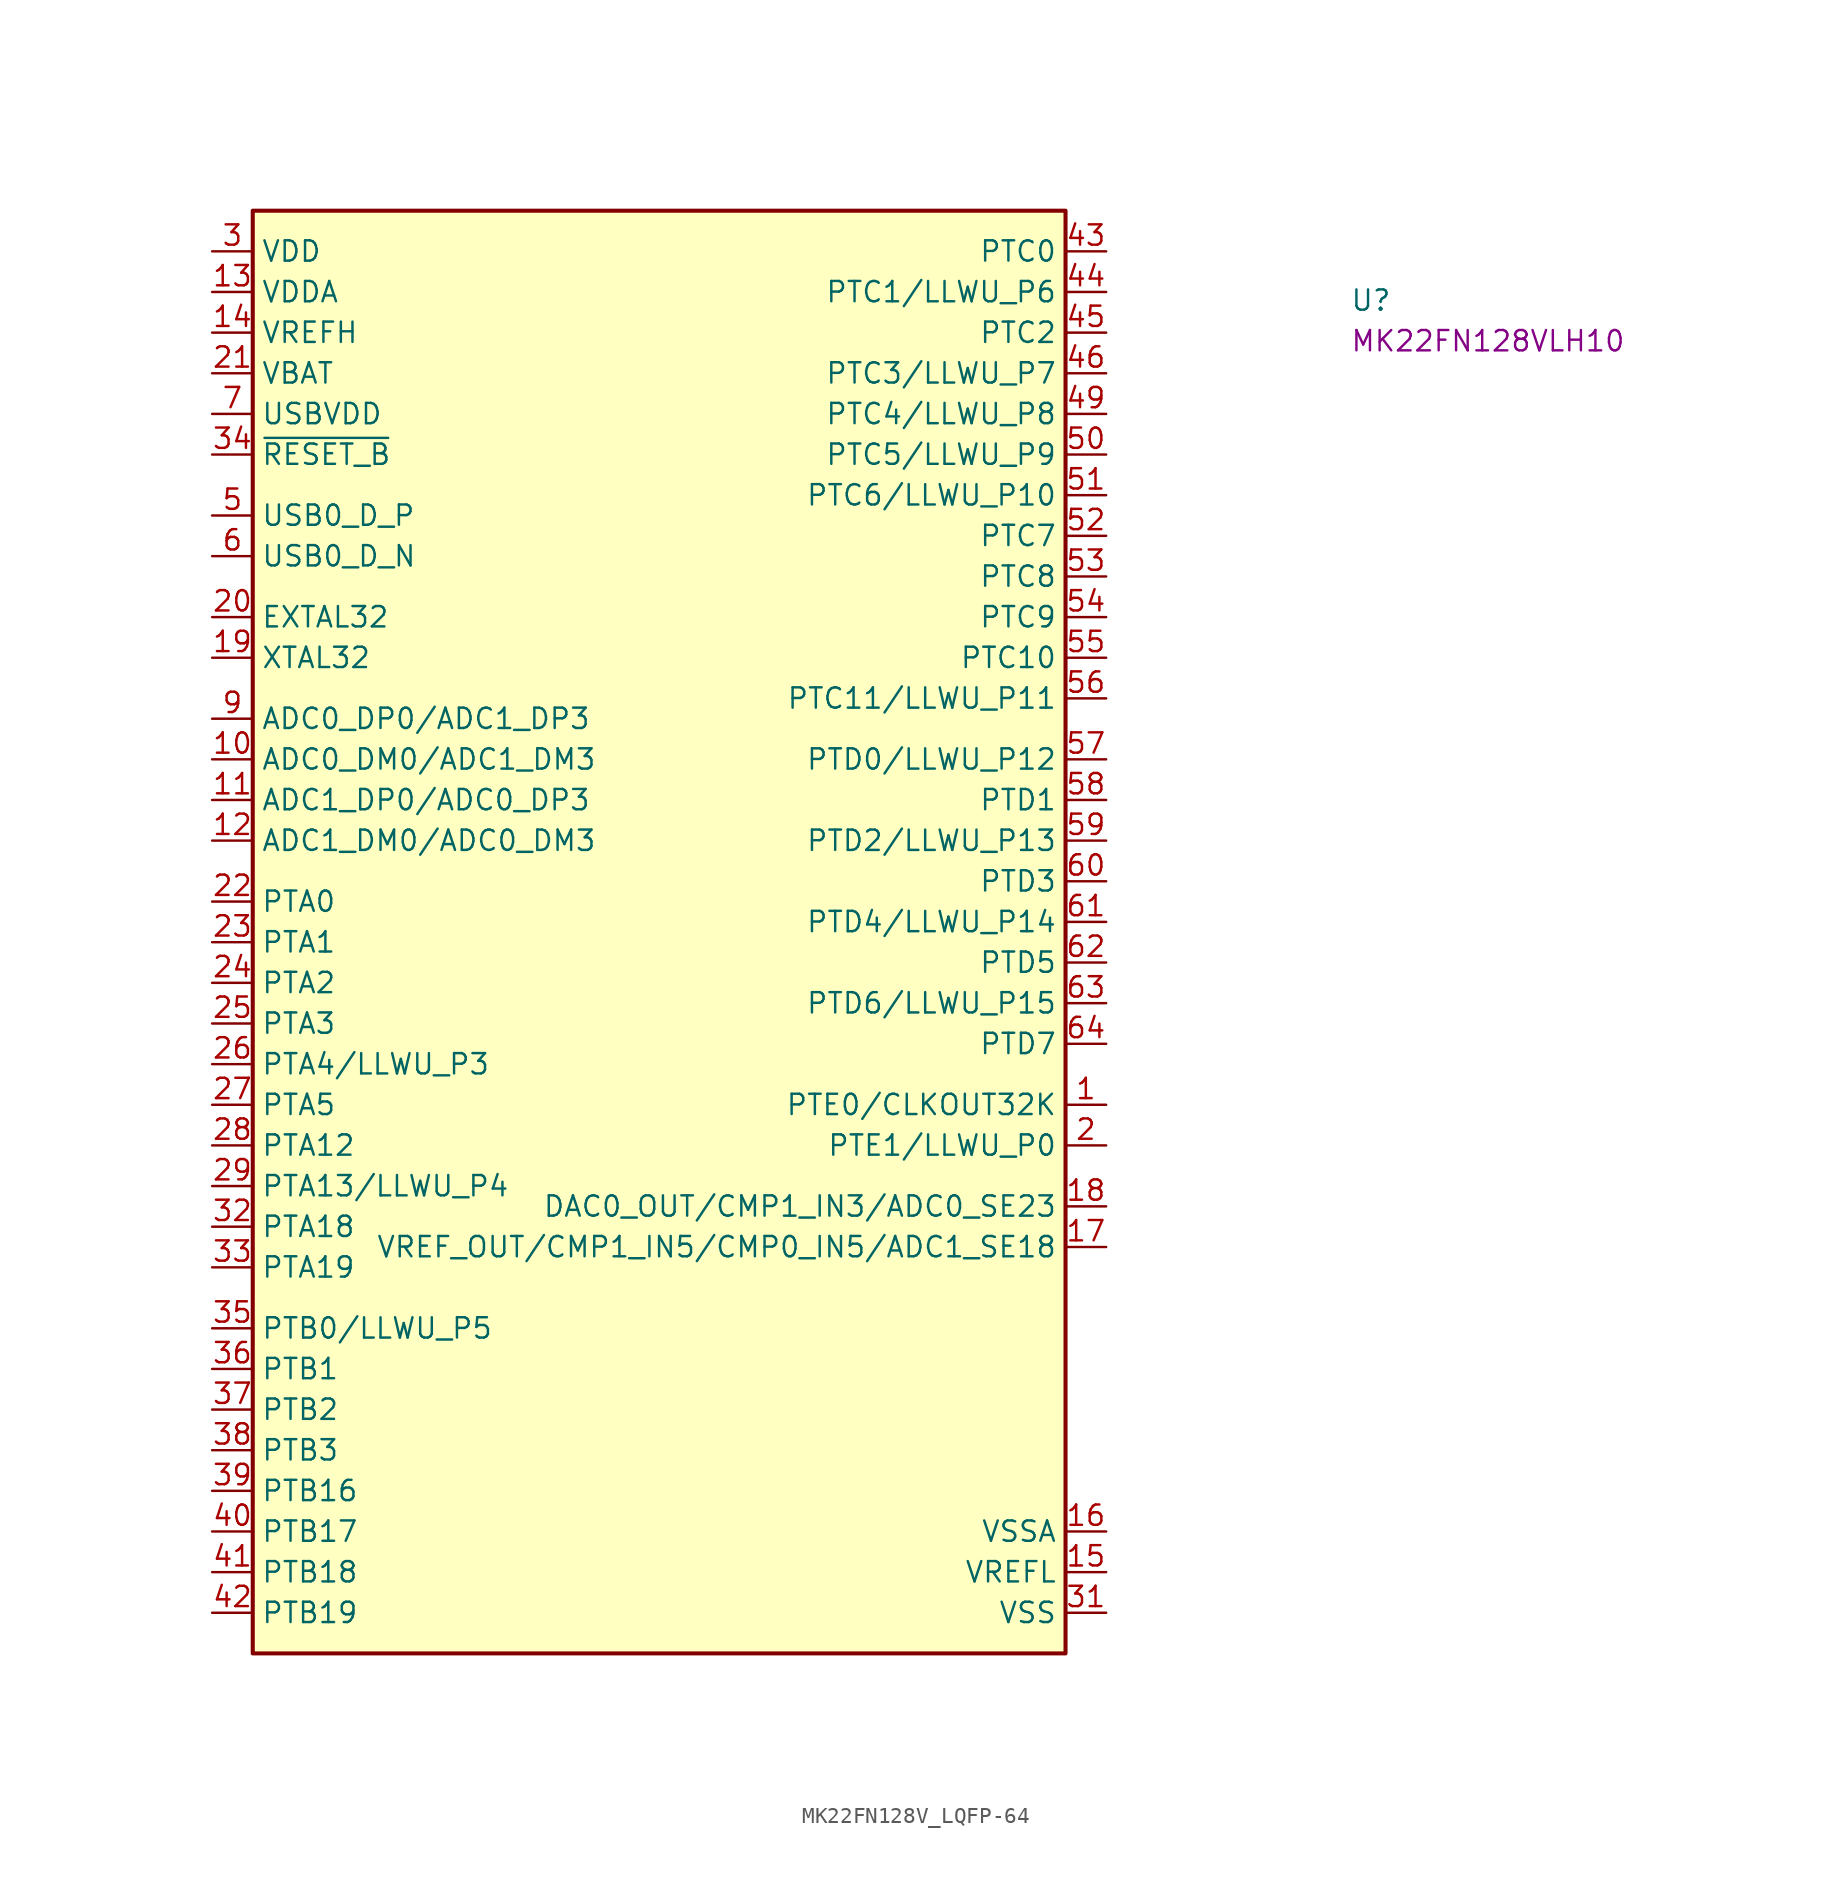
<source format=kicad_sym>
(kicad_symbol_lib
  (version 20220914)
  (generator kicad_symbol_editor)
  (symbol "MK22FN128V_LQFP-64"
    (property "Reference" "U"
      (at 71.12 -3.81 0)
      (effects (font (size 1.27 1.27) (thickness 0.15)) (justify left bottom)))
    (property "MPN" "MK22FN128VLH10"
      (at 71.12 -6.35 0)
      (effects (font (size 1.27 1.27) (thickness 0.15)) (justify left bottom)))
    (symbol "MK22FN128V_LQFP-64_1_1"
      (rectangle (start 2.54 2.54) (end 53.34 -87.63) (stroke (width 0.254) (type default)) (fill (type background)))
      (pin output line (at 55.88 -53.34 180) (length 2.54) (name "PTE0/CLKOUT32K" (effects (font (size 1.27 1.27)))) (number "1" (effects (font (size 1.27 1.27)))))
      (pin bidirectional line (at 0 -31.75 0) (length 2.54) (name "ADC0_DM0/ADC1_DM3" (effects (font (size 1.27 1.27)))) (number "10" (effects (font (size 1.27 1.27)))))
      (pin bidirectional line (at 0 -34.29 0) (length 2.54) (name "ADC1_DP0/ADC0_DP3" (effects (font (size 1.27 1.27)))) (number "11" (effects (font (size 1.27 1.27)))))
      (pin bidirectional line (at 0 -36.83 0) (length 2.54) (name "ADC1_DM0/ADC0_DM3" (effects (font (size 1.27 1.27)))) (number "12" (effects (font (size 1.27 1.27)))))
      (pin power_in line (at 0 -2.54 0) (length 2.54) (name "VDDA" (effects (font (size 1.27 1.27)))) (number "13" (effects (font (size 1.27 1.27)))))
      (pin power_in line (at 0 -5.08 0) (length 2.54) (name "VREFH" (effects (font (size 1.27 1.27)))) (number "14" (effects (font (size 1.27 1.27)))))
      (pin power_in line (at 55.88 -82.55 180) (length 2.54) (name "VREFL" (effects (font (size 1.27 1.27)))) (number "15" (effects (font (size 1.27 1.27)))))
      (pin power_in line (at 55.88 -80.01 180) (length 2.54) (name "VSSA" (effects (font (size 1.27 1.27)))) (number "16" (effects (font (size 1.27 1.27)))))
      (pin output line (at 55.88 -62.23 180) (length 2.54) (name "VREF_OUT/CMP1_IN5/CMP0_IN5/ADC1_SE18" (effects (font (size 1.27 1.27)))) (number "17" (effects (font (size 1.27 1.27)))))
      (pin output line (at 55.88 -59.69 180) (length 2.54) (name "DAC0_OUT/CMP1_IN3/ADC0_SE23" (effects (font (size 1.27 1.27)))) (number "18" (effects (font (size 1.27 1.27)))))
      (pin output line (at 0 -25.4 0) (length 2.54) (name "XTAL32" (effects (font (size 1.27 1.27)))) (number "19" (effects (font (size 1.27 1.27)))))
      (pin passive line (at 55.88 -55.88 180) (length 2.54) (name "PTE1/LLWU_P0" (effects (font (size 1.27 1.27)))) (number "2" (effects (font (size 1.27 1.27)))))
      (pin input line (at 0 -22.86 0) (length 2.54) (name "EXTAL32" (effects (font (size 1.27 1.27)))) (number "20" (effects (font (size 1.27 1.27)))))
      (pin power_in line (at 0 -7.62 0) (length 2.54) (name "VBAT" (effects (font (size 1.27 1.27)))) (number "21" (effects (font (size 1.27 1.27)))))
      (pin bidirectional line (at 0 -40.64 0) (length 2.54) (name "PTA0" (effects (font (size 1.27 1.27)))) (number "22" (effects (font (size 1.27 1.27)))))
      (pin bidirectional line (at 0 -43.18 0) (length 2.54) (name "PTA1" (effects (font (size 1.27 1.27)))) (number "23" (effects (font (size 1.27 1.27)))))
      (pin bidirectional line (at 0 -45.72 0) (length 2.54) (name "PTA2" (effects (font (size 1.27 1.27)))) (number "24" (effects (font (size 1.27 1.27)))))
      (pin bidirectional line (at 0 -48.26 0) (length 2.54) (name "PTA3" (effects (font (size 1.27 1.27)))) (number "25" (effects (font (size 1.27 1.27)))))
      (pin bidirectional line (at 0 -50.8 0) (length 2.54) (name "PTA4/LLWU_P3" (effects (font (size 1.27 1.27)))) (number "26" (effects (font (size 1.27 1.27)))))
      (pin bidirectional line (at 0 -53.34 0) (length 2.54) (name "PTA5" (effects (font (size 1.27 1.27)))) (number "27" (effects (font (size 1.27 1.27)))))
      (pin bidirectional line (at 0 -55.88 0) (length 2.54) (name "PTA12" (effects (font (size 1.27 1.27)))) (number "28" (effects (font (size 1.27 1.27)))))
      (pin bidirectional line (at 0 -58.42 0) (length 2.54) (name "PTA13/LLWU_P4" (effects (font (size 1.27 1.27)))) (number "29" (effects (font (size 1.27 1.27)))))
      (pin power_in line (at 0 0 0) (length 2.54) (name "VDD" (effects (font (size 1.27 1.27)))) (number "3" (effects (font (size 1.27 1.27)))))
      (pin passive line (at 0 0 0) (length 2.54) hide (name "VDD" (effects (font (size 1.27 1.27)))) (number "30" (effects (font (size 1.27 1.27)))))
      (pin power_in line (at 55.88 -85.09 180) (length 2.54) (name "VSS" (effects (font (size 1.27 1.27)))) (number "31" (effects (font (size 1.27 1.27)))))
      (pin bidirectional line (at 0 -60.96 0) (length 2.54) (name "PTA18" (effects (font (size 1.27 1.27)))) (number "32" (effects (font (size 1.27 1.27)))))
      (pin bidirectional line (at 0 -63.5 0) (length 2.54) (name "PTA19" (effects (font (size 1.27 1.27)))) (number "33" (effects (font (size 1.27 1.27)))))
      (pin input line (at 0 -12.7 0) (length 2.54) (name "~{RESET_B}" (effects (font (size 1.27 1.27)))) (number "34" (effects (font (size 1.27 1.27)))))
      (pin bidirectional line (at 0 -67.31 0) (length 2.54) (name "PTB0/LLWU_P5" (effects (font (size 1.27 1.27)))) (number "35" (effects (font (size 1.27 1.27)))))
      (pin bidirectional line (at 0 -69.85 0) (length 2.54) (name "PTB1" (effects (font (size 1.27 1.27)))) (number "36" (effects (font (size 1.27 1.27)))))
      (pin bidirectional line (at 0 -72.39 0) (length 2.54) (name "PTB2" (effects (font (size 1.27 1.27)))) (number "37" (effects (font (size 1.27 1.27)))))
      (pin bidirectional line (at 0 -74.93 0) (length 2.54) (name "PTB3" (effects (font (size 1.27 1.27)))) (number "38" (effects (font (size 1.27 1.27)))))
      (pin bidirectional line (at 0 -77.47 0) (length 2.54) (name "PTB16" (effects (font (size 1.27 1.27)))) (number "39" (effects (font (size 1.27 1.27)))))
      (pin passive line (at 55.88 -85.09 180) (length 2.54) hide (name "VSS" (effects (font (size 1.27 1.27)))) (number "4" (effects (font (size 1.27 1.27)))))
      (pin bidirectional line (at 0 -80.01 0) (length 2.54) (name "PTB17" (effects (font (size 1.27 1.27)))) (number "40" (effects (font (size 1.27 1.27)))))
      (pin bidirectional line (at 0 -82.55 0) (length 2.54) (name "PTB18" (effects (font (size 1.27 1.27)))) (number "41" (effects (font (size 1.27 1.27)))))
      (pin bidirectional line (at 0 -85.09 0) (length 2.54) (name "PTB19" (effects (font (size 1.27 1.27)))) (number "42" (effects (font (size 1.27 1.27)))))
      (pin bidirectional line (at 55.88 0 180) (length 2.54) (name "PTC0" (effects (font (size 1.27 1.27)))) (number "43" (effects (font (size 1.27 1.27)))))
      (pin bidirectional line (at 55.88 -2.54 180) (length 2.54) (name "PTC1/LLWU_P6" (effects (font (size 1.27 1.27)))) (number "44" (effects (font (size 1.27 1.27)))))
      (pin bidirectional line (at 55.88 -5.08 180) (length 2.54) (name "PTC2" (effects (font (size 1.27 1.27)))) (number "45" (effects (font (size 1.27 1.27)))))
      (pin bidirectional line (at 55.88 -7.62 180) (length 2.54) (name "PTC3/LLWU_P7" (effects (font (size 1.27 1.27)))) (number "46" (effects (font (size 1.27 1.27)))))
      (pin passive line (at 55.88 -85.09 180) (length 2.54) hide (name "VSS" (effects (font (size 1.27 1.27)))) (number "47" (effects (font (size 1.27 1.27)))))
      (pin passive line (at 0 0 0) (length 2.54) hide (name "VDD" (effects (font (size 1.27 1.27)))) (number "48" (effects (font (size 1.27 1.27)))))
      (pin bidirectional line (at 55.88 -10.16 180) (length 2.54) (name "PTC4/LLWU_P8" (effects (font (size 1.27 1.27)))) (number "49" (effects (font (size 1.27 1.27)))))
      (pin bidirectional line (at 0 -16.51 0) (length 2.54) (name "USB0_D_P" (effects (font (size 1.27 1.27)))) (number "5" (effects (font (size 1.27 1.27)))))
      (pin bidirectional line (at 55.88 -12.7 180) (length 2.54) (name "PTC5/LLWU_P9" (effects (font (size 1.27 1.27)))) (number "50" (effects (font (size 1.27 1.27)))))
      (pin bidirectional line (at 55.88 -15.24 180) (length 2.54) (name "PTC6/LLWU_P10" (effects (font (size 1.27 1.27)))) (number "51" (effects (font (size 1.27 1.27)))))
      (pin bidirectional line (at 55.88 -17.78 180) (length 2.54) (name "PTC7" (effects (font (size 1.27 1.27)))) (number "52" (effects (font (size 1.27 1.27)))))
      (pin bidirectional line (at 55.88 -20.32 180) (length 2.54) (name "PTC8" (effects (font (size 1.27 1.27)))) (number "53" (effects (font (size 1.27 1.27)))))
      (pin bidirectional line (at 55.88 -22.86 180) (length 2.54) (name "PTC9" (effects (font (size 1.27 1.27)))) (number "54" (effects (font (size 1.27 1.27)))))
      (pin bidirectional line (at 55.88 -25.4 180) (length 2.54) (name "PTC10" (effects (font (size 1.27 1.27)))) (number "55" (effects (font (size 1.27 1.27)))))
      (pin bidirectional line (at 55.88 -27.94 180) (length 2.54) (name "PTC11/LLWU_P11" (effects (font (size 1.27 1.27)))) (number "56" (effects (font (size 1.27 1.27)))))
      (pin bidirectional line (at 55.88 -31.75 180) (length 2.54) (name "PTD0/LLWU_P12" (effects (font (size 1.27 1.27)))) (number "57" (effects (font (size 1.27 1.27)))))
      (pin bidirectional line (at 55.88 -34.29 180) (length 2.54) (name "PTD1" (effects (font (size 1.27 1.27)))) (number "58" (effects (font (size 1.27 1.27)))))
      (pin bidirectional line (at 55.88 -36.83 180) (length 2.54) (name "PTD2/LLWU_P13" (effects (font (size 1.27 1.27)))) (number "59" (effects (font (size 1.27 1.27)))))
      (pin bidirectional line (at 0 -19.05 0) (length 2.54) (name "USB0_D_N" (effects (font (size 1.27 1.27)))) (number "6" (effects (font (size 1.27 1.27)))))
      (pin bidirectional line (at 55.88 -39.37 180) (length 2.54) (name "PTD3" (effects (font (size 1.27 1.27)))) (number "60" (effects (font (size 1.27 1.27)))))
      (pin bidirectional line (at 55.88 -41.91 180) (length 2.54) (name "PTD4/LLWU_P14" (effects (font (size 1.27 1.27)))) (number "61" (effects (font (size 1.27 1.27)))))
      (pin bidirectional line (at 55.88 -44.45 180) (length 2.54) (name "PTD5" (effects (font (size 1.27 1.27)))) (number "62" (effects (font (size 1.27 1.27)))))
      (pin bidirectional line (at 55.88 -46.99 180) (length 2.54) (name "PTD6/LLWU_P15" (effects (font (size 1.27 1.27)))) (number "63" (effects (font (size 1.27 1.27)))))
      (pin bidirectional line (at 55.88 -49.53 180) (length 2.54) (name "PTD7" (effects (font (size 1.27 1.27)))) (number "64" (effects (font (size 1.27 1.27)))))
      (pin power_in line (at 0 -10.16 0) (length 2.54) (name "USBVDD" (effects (font (size 1.27 1.27)))) (number "7" (effects (font (size 1.27 1.27)))))
      (pin no_connect line (at 53.34 -77.47 180) (length 2.54) hide (name "NC" (effects (font (size 1.27 1.27)))) (number "8" (effects (font (size 1.27 1.27)))))
      (pin bidirectional line (at 0 -29.21 0) (length 2.54) (name "ADC0_DP0/ADC1_DP3" (effects (font (size 1.27 1.27)))) (number "9" (effects (font (size 1.27 1.27))))))))
</source>
